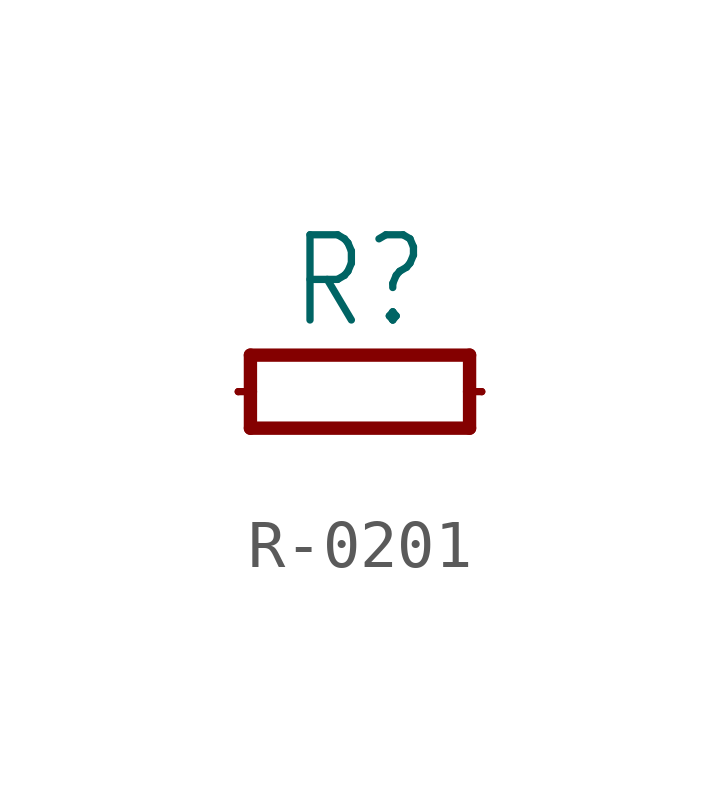
<source format=kicad_sym>
(kicad_symbol_lib
  (version 20241209)
  (generator "kicad_symbol_editor")
  (generator_version "9.0")
  (symbol "R-0201"
    (property "Reference" "R"
      (at 0 1.27 0)
      (effects (font (size 1.778 1.511)) (justify bottom)))
    (property "Value" ""
      (at 0 -1.27 0)
      (effects (font (size 1.778 1.511)) (justify top)))
    (property "ki_locked" ""
      (at 0 0 0)
      (effects (font (size 1.27 1.27))))
    (symbol "R-0201_1_0"
      (polyline (pts (xy -2.54 0) (xy -2.286 0)) (stroke (width 0.152) (type solid)) (fill (type none)))
      (polyline (pts (xy -2.286 0.762) (xy 2.286 0.762)) (stroke (width 0.279) (type solid)) (fill (type none)))
      (polyline (pts (xy -2.286 0) (xy -2.286 0.762)) (stroke (width 0.279) (type solid)) (fill (type none)))
      (polyline (pts (xy -2.286 -0.762) (xy -2.286 0)) (stroke (width 0.279) (type solid)) (fill (type none)))
      (polyline (pts (xy -2.286 -0.762) (xy 2.286 -0.762)) (stroke (width 0.279) (type solid)) (fill (type none)))
      (polyline (pts (xy 2.286 0.762) (xy 2.286 0)) (stroke (width 0.279) (type solid)) (fill (type none)))
      (polyline (pts (xy 2.286 0) (xy 2.286 -0.762)) (stroke (width 0.279) (type solid)) (fill (type none)))
      (polyline (pts (xy 2.286 0) (xy 2.54 0)) (stroke (width 0.152) (type solid)) (fill (type none)))
      (pin passive line (at -2.54 0 0) (length 0) (name "1" (effects (font (size 0 0)))) (number "1" (effects (font (size 0 0)))))
      (pin passive line (at 2.54 0 180) (length 0) (name "2" (effects (font (size 0 0)))) (number "2" (effects (font (size 0 0))))))))
</source>
